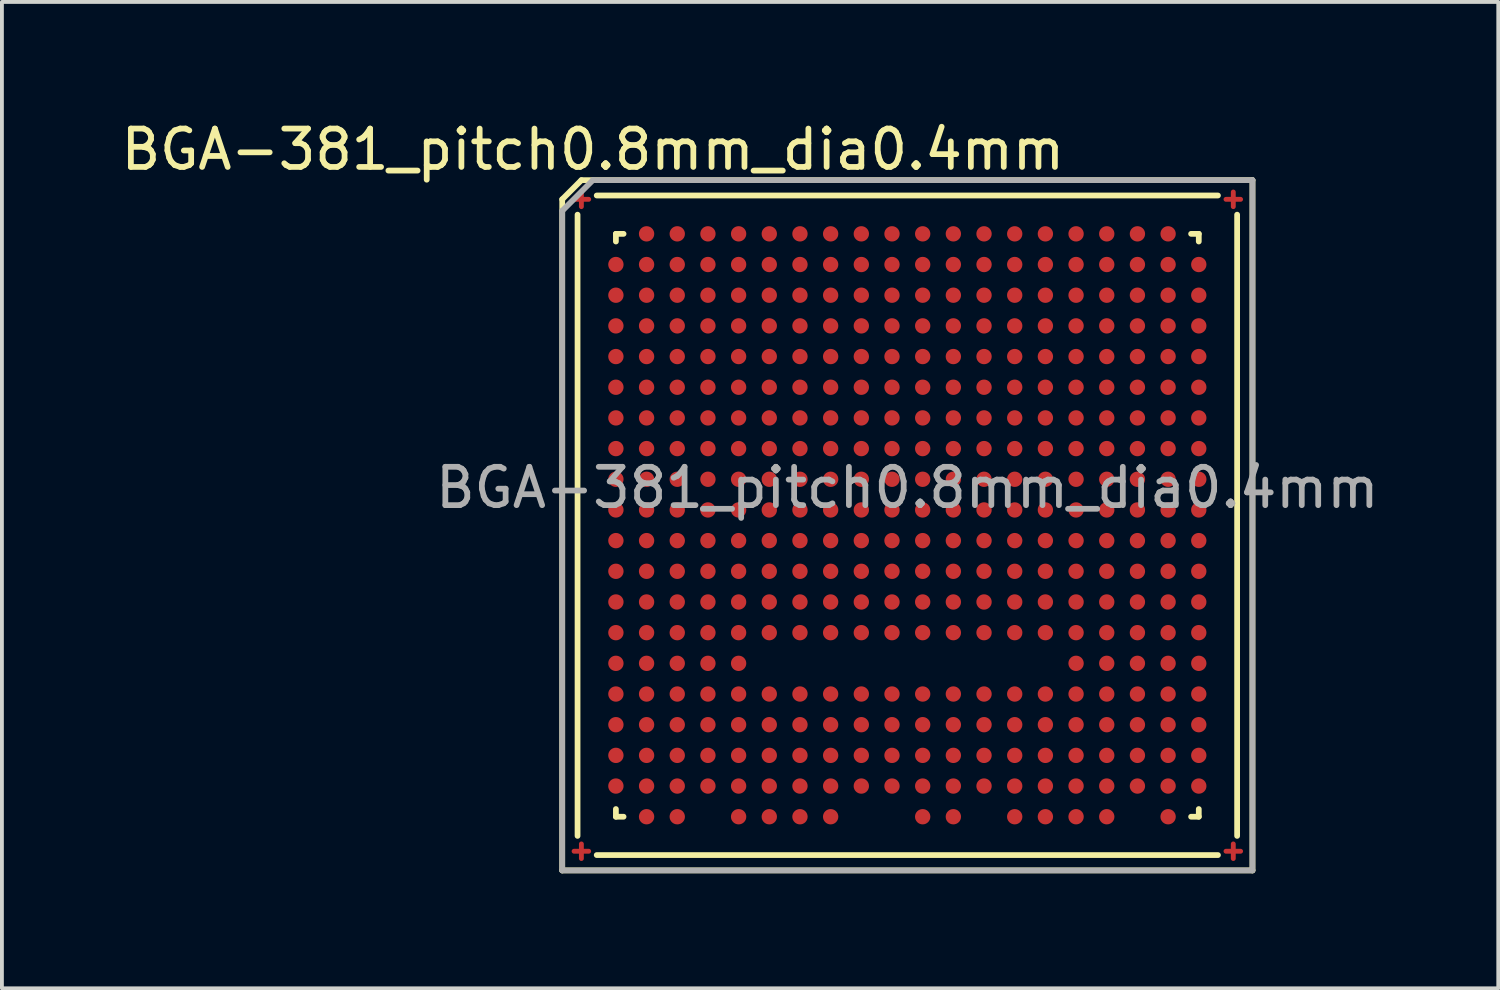
<source format=kicad_pcb>
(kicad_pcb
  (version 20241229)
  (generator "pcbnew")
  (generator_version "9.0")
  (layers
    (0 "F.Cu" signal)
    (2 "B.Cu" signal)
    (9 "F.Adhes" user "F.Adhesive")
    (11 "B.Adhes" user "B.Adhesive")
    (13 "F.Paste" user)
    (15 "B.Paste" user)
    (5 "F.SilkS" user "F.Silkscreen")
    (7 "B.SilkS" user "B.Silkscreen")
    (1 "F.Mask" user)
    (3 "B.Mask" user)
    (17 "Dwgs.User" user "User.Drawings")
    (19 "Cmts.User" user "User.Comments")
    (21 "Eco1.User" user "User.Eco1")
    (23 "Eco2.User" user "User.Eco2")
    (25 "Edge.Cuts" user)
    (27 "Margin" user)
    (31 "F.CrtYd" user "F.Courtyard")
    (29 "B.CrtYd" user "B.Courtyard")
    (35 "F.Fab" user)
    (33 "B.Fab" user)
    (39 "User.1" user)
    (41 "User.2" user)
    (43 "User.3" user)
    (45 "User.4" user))
  (footprint "BGA-381_pitch0.8mm_dia0.4mm"
    (layer "F.Cu")
    (at 20.611 10.648)
    (property "Reference" "BGA-381_pitch0.8mm_dia0.4mm" (at -8.2 -9.8 0) (layer "F.SilkS") (effects (font (size 1 1) (thickness 0.15))))
    (attr smd)
    (fp_line (start -0.2 0) (end 0.2 0) (stroke (width 0.12) (type solid)) (layer "F.Mask"))
    (fp_line (start 0 -0.2) (end 0 0.2) (stroke (width 0.12) (type solid)) (layer "F.Mask"))
    (fp_line (start -9 9) (end -9 -8.5) (stroke (width 0.15) (type solid)) (layer "F.SilkS"))
    (fp_line (start -8.6 8.1) (end -8.6 -8.1) (stroke (width 0.15) (type solid)) (layer "F.SilkS"))
    (fp_line (start -8.5 -9) (end -9 -8.5) (stroke (width 0.15) (type solid)) (layer "F.SilkS"))
    (fp_line (start -8.5 -9) (end 9 -9) (stroke (width 0.15) (type solid)) (layer "F.SilkS"))
    (fp_line (start -8.1 -8.6) (end 8.1 -8.6) (stroke (width 0.15) (type solid)) (layer "F.SilkS"))
    (fp_line (start -7.6 -7.6) (end -7.4 -7.6) (stroke (width 0.15) (type solid)) (layer "F.SilkS"))
    (fp_line (start -7.6 -7.4) (end -7.6 -7.6) (stroke (width 0.15) (type solid)) (layer "F.SilkS"))
    (fp_line (start -7.6 7.4) (end -7.6 7.6) (stroke (width 0.15) (type solid)) (layer "F.SilkS"))
    (fp_line (start -7.6 7.6) (end -7.4 7.6) (stroke (width 0.15) (type solid)) (layer "F.SilkS"))
    (fp_line (start 7.4 -7.6) (end 7.6 -7.6) (stroke (width 0.15) (type solid)) (layer "F.SilkS"))
    (fp_line (start 7.4 7.6) (end 7.6 7.6) (stroke (width 0.15) (type solid)) (layer "F.SilkS"))
    (fp_line (start 7.6 -7.6) (end 7.6 -7.4) (stroke (width 0.15) (type solid)) (layer "F.SilkS"))
    (fp_line (start 7.6 7.6) (end 7.6 7.4) (stroke (width 0.15) (type solid)) (layer "F.SilkS"))
    (fp_line (start 8.1 8.6) (end -8.1 8.6) (stroke (width 0.15) (type solid)) (layer "F.SilkS"))
    (fp_line (start 8.6 -8.1) (end 8.6 8.1) (stroke (width 0.15) (type solid)) (layer "F.SilkS"))
    (fp_line (start 9 -9) (end 9 9) (stroke (width 0.15) (type solid)) (layer "F.SilkS"))
    (fp_line (start 9 9) (end -9 9) (stroke (width 0.15) (type solid)) (layer "F.SilkS"))
    (fp_line (start -9 -8.2) (end -8.2 -9) (stroke (width 0.15) (type solid)) (layer "F.Fab"))
    (fp_line (start -9 9) (end -9 -8.2) (stroke (width 0.15) (type solid)) (layer "F.Fab"))
    (fp_line (start -8.2 -9) (end 9 -9) (stroke (width 0.15) (type solid)) (layer "F.Fab"))
    (fp_line (start 9 -9) (end 9 9) (stroke (width 0.15) (type solid)) (layer "F.Fab"))
    (fp_line (start 9 9) (end -9 9) (stroke (width 0.15) (type solid)) (layer "F.Fab"))
    (fp_text user "${REFERENCE}" (at 0 -0.98 0) (layer "F.Fab") (effects (font (size 1 1) (thickness 0.15))))
    (pad "A2" smd circle (at -6.8 -7.6) (size 0.4 0.4) (layers "F.Cu" "F.Mask" "F.Paste"))
    (pad "A3" smd circle (at -6 -7.6) (size 0.4 0.4) (layers "F.Cu" "F.Mask" "F.Paste"))
    (pad "A4" smd circle (at -5.2 -7.6) (size 0.4 0.4) (layers "F.Cu" "F.Mask" "F.Paste"))
    (pad "A5" smd circle (at -4.4 -7.6) (size 0.4 0.4) (layers "F.Cu" "F.Mask" "F.Paste"))
    (pad "A6" smd circle (at -3.6 -7.6) (size 0.4 0.4) (layers "F.Cu" "F.Mask" "F.Paste"))
    (pad "A7" smd circle (at -2.8 -7.6) (size 0.4 0.4) (layers "F.Cu" "F.Mask" "F.Paste"))
    (pad "A8" smd circle (at -2 -7.6) (size 0.4 0.4) (layers "F.Cu" "F.Mask" "F.Paste"))
    (pad "A9" smd circle (at -1.2 -7.6) (size 0.4 0.4) (layers "F.Cu" "F.Mask" "F.Paste"))
    (pad "A10" smd circle (at -0.4 -7.6) (size 0.4 0.4) (layers "F.Cu" "F.Mask" "F.Paste"))
    (pad "A11" smd circle (at 0.4 -7.6) (size 0.4 0.4) (layers "F.Cu" "F.Mask" "F.Paste"))
    (pad "A12" smd circle (at 1.2 -7.6) (size 0.4 0.4) (layers "F.Cu" "F.Mask" "F.Paste"))
    (pad "A13" smd circle (at 2 -7.6) (size 0.4 0.4) (layers "F.Cu" "F.Mask" "F.Paste"))
    (pad "A14" smd circle (at 2.8 -7.6) (size 0.4 0.4) (layers "F.Cu" "F.Mask" "F.Paste"))
    (pad "A15" smd circle (at 3.6 -7.6) (size 0.4 0.4) (layers "F.Cu" "F.Mask" "F.Paste"))
    (pad "A16" smd circle (at 4.4 -7.6) (size 0.4 0.4) (layers "F.Cu" "F.Mask" "F.Paste"))
    (pad "A17" smd circle (at 5.2 -7.6) (size 0.4 0.4) (layers "F.Cu" "F.Mask" "F.Paste"))
    (pad "A18" smd circle (at 6 -7.6) (size 0.4 0.4) (layers "F.Cu" "F.Mask" "F.Paste"))
    (pad "A19" smd circle (at 6.8 -7.6) (size 0.4 0.4) (layers "F.Cu" "F.Mask" "F.Paste"))
    (pad "B1" smd circle (at -7.6 -6.8) (size 0.4 0.4) (layers "F.Cu" "F.Mask" "F.Paste"))
    (pad "B2" smd circle (at -6.8 -6.8) (size 0.4 0.4) (layers "F.Cu" "F.Mask" "F.Paste"))
    (pad "B3" smd circle (at -6 -6.8) (size 0.4 0.4) (layers "F.Cu" "F.Mask" "F.Paste"))
    (pad "B4" smd circle (at -5.2 -6.8) (size 0.4 0.4) (layers "F.Cu" "F.Mask" "F.Paste"))
    (pad "B5" smd circle (at -4.4 -6.8) (size 0.4 0.4) (layers "F.Cu" "F.Mask" "F.Paste"))
    (pad "B6" smd circle (at -3.6 -6.8) (size 0.4 0.4) (layers "F.Cu" "F.Mask" "F.Paste"))
    (pad "B7" smd circle (at -2.8 -6.8) (size 0.4 0.4) (layers "F.Cu" "F.Mask" "F.Paste"))
    (pad "B8" smd circle (at -2 -6.8) (size 0.4 0.4) (layers "F.Cu" "F.Mask" "F.Paste"))
    (pad "B9" smd circle (at -1.2 -6.8) (size 0.4 0.4) (layers "F.Cu" "F.Mask" "F.Paste"))
    (pad "B10" smd circle (at -0.4 -6.8) (size 0.4 0.4) (layers "F.Cu" "F.Mask" "F.Paste"))
    (pad "B11" smd circle (at 0.4 -6.8) (size 0.4 0.4) (layers "F.Cu" "F.Mask" "F.Paste"))
    (pad "B12" smd circle (at 1.2 -6.8) (size 0.4 0.4) (layers "F.Cu" "F.Mask" "F.Paste"))
    (pad "B13" smd circle (at 2 -6.8) (size 0.4 0.4) (layers "F.Cu" "F.Mask" "F.Paste"))
    (pad "B14" smd circle (at 2.8 -6.8) (size 0.4 0.4) (layers "F.Cu" "F.Mask" "F.Paste"))
    (pad "B15" smd circle (at 3.6 -6.8) (size 0.4 0.4) (layers "F.Cu" "F.Mask" "F.Paste"))
    (pad "B16" smd circle (at 4.4 -6.8) (size 0.4 0.4) (layers "F.Cu" "F.Mask" "F.Paste"))
    (pad "B17" smd circle (at 5.2 -6.8) (size 0.4 0.4) (layers "F.Cu" "F.Mask" "F.Paste"))
    (pad "B18" smd circle (at 6 -6.8) (size 0.4 0.4) (layers "F.Cu" "F.Mask" "F.Paste"))
    (pad "B19" smd circle (at 6.8 -6.8) (size 0.4 0.4) (layers "F.Cu" "F.Mask" "F.Paste"))
    (pad "B20" smd circle (at 7.6 -6.8) (size 0.4 0.4) (layers "F.Cu" "F.Mask" "F.Paste"))
    (pad "C1" smd circle (at -7.6 -6) (size 0.4 0.4) (layers "F.Cu" "F.Mask" "F.Paste"))
    (pad "C2" smd circle (at -6.8 -6) (size 0.4 0.4) (layers "F.Cu" "F.Mask" "F.Paste"))
    (pad "C3" smd circle (at -6 -6) (size 0.4 0.4) (layers "F.Cu" "F.Mask" "F.Paste"))
    (pad "C4" smd circle (at -5.2 -6) (size 0.4 0.4) (layers "F.Cu" "F.Mask" "F.Paste"))
    (pad "C5" smd circle (at -4.4 -6) (size 0.4 0.4) (layers "F.Cu" "F.Mask" "F.Paste"))
    (pad "C6" smd circle (at -3.6 -6) (size 0.4 0.4) (layers "F.Cu" "F.Mask" "F.Paste"))
    (pad "C7" smd circle (at -2.8 -6) (size 0.4 0.4) (layers "F.Cu" "F.Mask" "F.Paste"))
    (pad "C8" smd circle (at -2 -6) (size 0.4 0.4) (layers "F.Cu" "F.Mask" "F.Paste"))
    (pad "C9" smd circle (at -1.2 -6) (size 0.4 0.4) (layers "F.Cu" "F.Mask" "F.Paste"))
    (pad "C10" smd circle (at -0.4 -6) (size 0.4 0.4) (layers "F.Cu" "F.Mask" "F.Paste"))
    (pad "C11" smd circle (at 0.4 -6) (size 0.4 0.4) (layers "F.Cu" "F.Mask" "F.Paste"))
    (pad "C12" smd circle (at 1.2 -6) (size 0.4 0.4) (layers "F.Cu" "F.Mask" "F.Paste"))
    (pad "C13" smd circle (at 2 -6) (size 0.4 0.4) (layers "F.Cu" "F.Mask" "F.Paste"))
    (pad "C14" smd circle (at 2.8 -6) (size 0.4 0.4) (layers "F.Cu" "F.Mask" "F.Paste"))
    (pad "C15" smd circle (at 3.6 -6) (size 0.4 0.4) (layers "F.Cu" "F.Mask" "F.Paste"))
    (pad "C16" smd circle (at 4.4 -6) (size 0.4 0.4) (layers "F.Cu" "F.Mask" "F.Paste"))
    (pad "C17" smd circle (at 5.2 -6) (size 0.4 0.4) (layers "F.Cu" "F.Mask" "F.Paste"))
    (pad "C18" smd circle (at 6 -6) (size 0.4 0.4) (layers "F.Cu" "F.Mask" "F.Paste"))
    (pad "C19" smd circle (at 6.8 -6) (size 0.4 0.4) (layers "F.Cu" "F.Mask" "F.Paste"))
    (pad "C20" smd circle (at 7.6 -6) (size 0.4 0.4) (layers "F.Cu" "F.Mask" "F.Paste"))
    (pad "D1" smd circle (at -7.6 -5.2) (size 0.4 0.4) (layers "F.Cu" "F.Mask" "F.Paste"))
    (pad "D2" smd circle (at -6.8 -5.2) (size 0.4 0.4) (layers "F.Cu" "F.Mask" "F.Paste"))
    (pad "D3" smd circle (at -6 -5.2) (size 0.4 0.4) (layers "F.Cu" "F.Mask" "F.Paste"))
    (pad "D4" smd circle (at -5.2 -5.2) (size 0.4 0.4) (layers "F.Cu" "F.Mask" "F.Paste"))
    (pad "D5" smd circle (at -4.4 -5.2) (size 0.4 0.4) (layers "F.Cu" "F.Mask" "F.Paste"))
    (pad "D6" smd circle (at -3.6 -5.2) (size 0.4 0.4) (layers "F.Cu" "F.Mask" "F.Paste"))
    (pad "D7" smd circle (at -2.8 -5.2) (size 0.4 0.4) (layers "F.Cu" "F.Mask" "F.Paste"))
    (pad "D8" smd circle (at -2 -5.2) (size 0.4 0.4) (layers "F.Cu" "F.Mask" "F.Paste"))
    (pad "D9" smd circle (at -1.2 -5.2) (size 0.4 0.4) (layers "F.Cu" "F.Mask" "F.Paste"))
    (pad "D10" smd circle (at -0.4 -5.2) (size 0.4 0.4) (layers "F.Cu" "F.Mask" "F.Paste"))
    (pad "D11" smd circle (at 0.4 -5.2) (size 0.4 0.4) (layers "F.Cu" "F.Mask" "F.Paste"))
    (pad "D12" smd circle (at 1.2 -5.2) (size 0.4 0.4) (layers "F.Cu" "F.Mask" "F.Paste"))
    (pad "D13" smd circle (at 2 -5.2) (size 0.4 0.4) (layers "F.Cu" "F.Mask" "F.Paste"))
    (pad "D14" smd circle (at 2.8 -5.2) (size 0.4 0.4) (layers "F.Cu" "F.Mask" "F.Paste"))
    (pad "D15" smd circle (at 3.6 -5.2) (size 0.4 0.4) (layers "F.Cu" "F.Mask" "F.Paste"))
    (pad "D16" smd circle (at 4.4 -5.2) (size 0.4 0.4) (layers "F.Cu" "F.Mask" "F.Paste"))
    (pad "D17" smd circle (at 5.2 -5.2) (size 0.4 0.4) (layers "F.Cu" "F.Mask" "F.Paste"))
    (pad "D18" smd circle (at 6 -5.2) (size 0.4 0.4) (layers "F.Cu" "F.Mask" "F.Paste"))
    (pad "D19" smd circle (at 6.8 -5.2) (size 0.4 0.4) (layers "F.Cu" "F.Mask" "F.Paste"))
    (pad "D20" smd circle (at 7.6 -5.2) (size 0.4 0.4) (layers "F.Cu" "F.Mask" "F.Paste"))
    (pad "E1" smd circle (at -7.6 -4.4) (size 0.4 0.4) (layers "F.Cu" "F.Mask" "F.Paste"))
    (pad "E2" smd circle (at -6.8 -4.4) (size 0.4 0.4) (layers "F.Cu" "F.Mask" "F.Paste"))
    (pad "E3" smd circle (at -6 -4.4) (size 0.4 0.4) (layers "F.Cu" "F.Mask" "F.Paste"))
    (pad "E4" smd circle (at -5.2 -4.4) (size 0.4 0.4) (layers "F.Cu" "F.Mask" "F.Paste"))
    (pad "E5" smd circle (at -4.4 -4.4) (size 0.4 0.4) (layers "F.Cu" "F.Mask" "F.Paste"))
    (pad "E6" smd circle (at -3.6 -4.4) (size 0.4 0.4) (layers "F.Cu" "F.Mask" "F.Paste"))
    (pad "E7" smd circle (at -2.8 -4.4) (size 0.4 0.4) (layers "F.Cu" "F.Mask" "F.Paste"))
    (pad "E8" smd circle (at -2 -4.4) (size 0.4 0.4) (layers "F.Cu" "F.Mask" "F.Paste"))
    (pad "E9" smd circle (at -1.2 -4.4) (size 0.4 0.4) (layers "F.Cu" "F.Mask" "F.Paste"))
    (pad "E10" smd circle (at -0.4 -4.4) (size 0.4 0.4) (layers "F.Cu" "F.Mask" "F.Paste"))
    (pad "E11" smd circle (at 0.4 -4.4) (size 0.4 0.4) (layers "F.Cu" "F.Mask" "F.Paste"))
    (pad "E12" smd circle (at 1.2 -4.4) (size 0.4 0.4) (layers "F.Cu" "F.Mask" "F.Paste"))
    (pad "E13" smd circle (at 2 -4.4) (size 0.4 0.4) (layers "F.Cu" "F.Mask" "F.Paste"))
    (pad "E14" smd circle (at 2.8 -4.4) (size 0.4 0.4) (layers "F.Cu" "F.Mask" "F.Paste"))
    (pad "E15" smd circle (at 3.6 -4.4) (size 0.4 0.4) (layers "F.Cu" "F.Mask" "F.Paste"))
    (pad "E16" smd circle (at 4.4 -4.4) (size 0.4 0.4) (layers "F.Cu" "F.Mask" "F.Paste"))
    (pad "E17" smd circle (at 5.2 -4.4) (size 0.4 0.4) (layers "F.Cu" "F.Mask" "F.Paste"))
    (pad "E18" smd circle (at 6 -4.4) (size 0.4 0.4) (layers "F.Cu" "F.Mask" "F.Paste"))
    (pad "E19" smd circle (at 6.8 -4.4) (size 0.4 0.4) (layers "F.Cu" "F.Mask" "F.Paste"))
    (pad "E20" smd circle (at 7.6 -4.4) (size 0.4 0.4) (layers "F.Cu" "F.Mask" "F.Paste"))
    (pad "F1" smd circle (at -7.6 -3.6) (size 0.4 0.4) (layers "F.Cu" "F.Mask" "F.Paste"))
    (pad "F2" smd circle (at -6.8 -3.6) (size 0.4 0.4) (layers "F.Cu" "F.Mask" "F.Paste"))
    (pad "F3" smd circle (at -6 -3.6) (size 0.4 0.4) (layers "F.Cu" "F.Mask" "F.Paste"))
    (pad "F4" smd circle (at -5.2 -3.6) (size 0.4 0.4) (layers "F.Cu" "F.Mask" "F.Paste"))
    (pad "F5" smd circle (at -4.4 -3.6) (size 0.4 0.4) (layers "F.Cu" "F.Mask" "F.Paste"))
    (pad "F6" smd circle (at -3.6 -3.6) (size 0.4 0.4) (layers "F.Cu" "F.Mask" "F.Paste"))
    (pad "F7" smd circle (at -2.8 -3.6) (size 0.4 0.4) (layers "F.Cu" "F.Mask" "F.Paste"))
    (pad "F8" smd circle (at -2 -3.6) (size 0.4 0.4) (layers "F.Cu" "F.Mask" "F.Paste"))
    (pad "F9" smd circle (at -1.2 -3.6) (size 0.4 0.4) (layers "F.Cu" "F.Mask" "F.Paste"))
    (pad "F10" smd circle (at -0.4 -3.6) (size 0.4 0.4) (layers "F.Cu" "F.Mask" "F.Paste"))
    (pad "F11" smd circle (at 0.4 -3.6) (size 0.4 0.4) (layers "F.Cu" "F.Mask" "F.Paste"))
    (pad "F12" smd circle (at 1.2 -3.6) (size 0.4 0.4) (layers "F.Cu" "F.Mask" "F.Paste"))
    (pad "F13" smd circle (at 2 -3.6) (size 0.4 0.4) (layers "F.Cu" "F.Mask" "F.Paste"))
    (pad "F14" smd circle (at 2.8 -3.6) (size 0.4 0.4) (layers "F.Cu" "F.Mask" "F.Paste"))
    (pad "F15" smd circle (at 3.6 -3.6) (size 0.4 0.4) (layers "F.Cu" "F.Mask" "F.Paste"))
    (pad "F16" smd circle (at 4.4 -3.6) (size 0.4 0.4) (layers "F.Cu" "F.Mask" "F.Paste"))
    (pad "F17" smd circle (at 5.2 -3.6) (size 0.4 0.4) (layers "F.Cu" "F.Mask" "F.Paste"))
    (pad "F18" smd circle (at 6 -3.6) (size 0.4 0.4) (layers "F.Cu" "F.Mask" "F.Paste"))
    (pad "F19" smd circle (at 6.8 -3.6) (size 0.4 0.4) (layers "F.Cu" "F.Mask" "F.Paste"))
    (pad "F20" smd circle (at 7.6 -3.6) (size 0.4 0.4) (layers "F.Cu" "F.Mask" "F.Paste"))
    (pad "G1" smd circle (at -7.6 -2.8) (size 0.4 0.4) (layers "F.Cu" "F.Mask" "F.Paste"))
    (pad "G2" smd circle (at -6.8 -2.8) (size 0.4 0.4) (layers "F.Cu" "F.Mask" "F.Paste"))
    (pad "G3" smd circle (at -6 -2.8) (size 0.4 0.4) (layers "F.Cu" "F.Mask" "F.Paste"))
    (pad "G4" smd circle (at -5.2 -2.8) (size 0.4 0.4) (layers "F.Cu" "F.Mask" "F.Paste"))
    (pad "G5" smd circle (at -4.4 -2.8) (size 0.4 0.4) (layers "F.Cu" "F.Mask" "F.Paste"))
    (pad "G6" smd circle (at -3.6 -2.8) (size 0.4 0.4) (layers "F.Cu" "F.Mask" "F.Paste"))
    (pad "G7" smd circle (at -2.8 -2.8) (size 0.4 0.4) (layers "F.Cu" "F.Mask" "F.Paste"))
    (pad "G8" smd circle (at -2 -2.8) (size 0.4 0.4) (layers "F.Cu" "F.Mask" "F.Paste"))
    (pad "G9" smd circle (at -1.2 -2.8) (size 0.4 0.4) (layers "F.Cu" "F.Mask" "F.Paste"))
    (pad "G10" smd circle (at -0.4 -2.8) (size 0.4 0.4) (layers "F.Cu" "F.Mask" "F.Paste"))
    (pad "G11" smd circle (at 0.4 -2.8) (size 0.4 0.4) (layers "F.Cu" "F.Mask" "F.Paste"))
    (pad "G12" smd circle (at 1.2 -2.8) (size 0.4 0.4) (layers "F.Cu" "F.Mask" "F.Paste"))
    (pad "G13" smd circle (at 2 -2.8) (size 0.4 0.4) (layers "F.Cu" "F.Mask" "F.Paste"))
    (pad "G14" smd circle (at 2.8 -2.8) (size 0.4 0.4) (layers "F.Cu" "F.Mask" "F.Paste"))
    (pad "G15" smd circle (at 3.6 -2.8) (size 0.4 0.4) (layers "F.Cu" "F.Mask" "F.Paste"))
    (pad "G16" smd circle (at 4.4 -2.8) (size 0.4 0.4) (layers "F.Cu" "F.Mask" "F.Paste"))
    (pad "G17" smd circle (at 5.2 -2.8) (size 0.4 0.4) (layers "F.Cu" "F.Mask" "F.Paste"))
    (pad "G18" smd circle (at 6 -2.8) (size 0.4 0.4) (layers "F.Cu" "F.Mask" "F.Paste"))
    (pad "G19" smd circle (at 6.8 -2.8) (size 0.4 0.4) (layers "F.Cu" "F.Mask" "F.Paste"))
    (pad "G20" smd circle (at 7.6 -2.8) (size 0.4 0.4) (layers "F.Cu" "F.Mask" "F.Paste"))
    (pad "H1" smd circle (at -7.6 -2) (size 0.4 0.4) (layers "F.Cu" "F.Mask" "F.Paste"))
    (pad "H2" smd circle (at -6.8 -2) (size 0.4 0.4) (layers "F.Cu" "F.Mask" "F.Paste"))
    (pad "H3" smd circle (at -6 -2) (size 0.4 0.4) (layers "F.Cu" "F.Mask" "F.Paste"))
    (pad "H4" smd circle (at -5.2 -2) (size 0.4 0.4) (layers "F.Cu" "F.Mask" "F.Paste"))
    (pad "H5" smd circle (at -4.4 -2) (size 0.4 0.4) (layers "F.Cu" "F.Mask" "F.Paste"))
    (pad "H6" smd circle (at -3.6 -2) (size 0.4 0.4) (layers "F.Cu" "F.Mask" "F.Paste"))
    (pad "H7" smd circle (at -2.8 -2) (size 0.4 0.4) (layers "F.Cu" "F.Mask" "F.Paste"))
    (pad "H8" smd circle (at -2 -2) (size 0.4 0.4) (layers "F.Cu" "F.Mask" "F.Paste"))
    (pad "H9" smd circle (at -1.2 -2) (size 0.4 0.4) (layers "F.Cu" "F.Mask" "F.Paste"))
    (pad "H10" smd circle (at -0.4 -2) (size 0.4 0.4) (layers "F.Cu" "F.Mask" "F.Paste"))
    (pad "H11" smd circle (at 0.4 -2) (size 0.4 0.4) (layers "F.Cu" "F.Mask" "F.Paste"))
    (pad "H12" smd circle (at 1.2 -2) (size 0.4 0.4) (layers "F.Cu" "F.Mask" "F.Paste"))
    (pad "H13" smd circle (at 2 -2) (size 0.4 0.4) (layers "F.Cu" "F.Mask" "F.Paste"))
    (pad "H14" smd circle (at 2.8 -2) (size 0.4 0.4) (layers "F.Cu" "F.Mask" "F.Paste"))
    (pad "H15" smd circle (at 3.6 -2) (size 0.4 0.4) (layers "F.Cu" "F.Mask" "F.Paste"))
    (pad "H16" smd circle (at 4.4 -2) (size 0.4 0.4) (layers "F.Cu" "F.Mask" "F.Paste"))
    (pad "H17" smd circle (at 5.2 -2) (size 0.4 0.4) (layers "F.Cu" "F.Mask" "F.Paste"))
    (pad "H18" smd circle (at 6 -2) (size 0.4 0.4) (layers "F.Cu" "F.Mask" "F.Paste"))
    (pad "H19" smd circle (at 6.8 -2) (size 0.4 0.4) (layers "F.Cu" "F.Mask" "F.Paste"))
    (pad "H20" smd circle (at 7.6 -2) (size 0.4 0.4) (layers "F.Cu" "F.Mask" "F.Paste"))
    (pad "J1" smd circle (at -7.6 -1.2) (size 0.4 0.4) (layers "F.Cu" "F.Mask" "F.Paste"))
    (pad "J2" smd circle (at -6.8 -1.2) (size 0.4 0.4) (layers "F.Cu" "F.Mask" "F.Paste"))
    (pad "J3" smd circle (at -6 -1.2) (size 0.4 0.4) (layers "F.Cu" "F.Mask" "F.Paste"))
    (pad "J4" smd circle (at -5.2 -1.2) (size 0.4 0.4) (layers "F.Cu" "F.Mask" "F.Paste"))
    (pad "J5" smd circle (at -4.4 -1.2) (size 0.4 0.4) (layers "F.Cu" "F.Mask" "F.Paste"))
    (pad "J6" smd circle (at -3.6 -1.2) (size 0.4 0.4) (layers "F.Cu" "F.Mask" "F.Paste"))
    (pad "J7" smd circle (at -2.8 -1.2) (size 0.4 0.4) (layers "F.Cu" "F.Mask" "F.Paste"))
    (pad "J8" smd circle (at -2 -1.2) (size 0.4 0.4) (layers "F.Cu" "F.Mask" "F.Paste"))
    (pad "J9" smd circle (at -1.2 -1.2) (size 0.4 0.4) (layers "F.Cu" "F.Mask" "F.Paste"))
    (pad "J10" smd circle (at -0.4 -1.2) (size 0.4 0.4) (layers "F.Cu" "F.Mask" "F.Paste"))
    (pad "J11" smd circle (at 0.4 -1.2) (size 0.4 0.4) (layers "F.Cu" "F.Mask" "F.Paste"))
    (pad "J12" smd circle (at 1.2 -1.2) (size 0.4 0.4) (layers "F.Cu" "F.Mask" "F.Paste"))
    (pad "J13" smd circle (at 2 -1.2) (size 0.4 0.4) (layers "F.Cu" "F.Mask" "F.Paste"))
    (pad "J14" smd circle (at 2.8 -1.2) (size 0.4 0.4) (layers "F.Cu" "F.Mask" "F.Paste"))
    (pad "J15" smd circle (at 3.6 -1.2) (size 0.4 0.4) (layers "F.Cu" "F.Mask" "F.Paste"))
    (pad "J16" smd circle (at 4.4 -1.2) (size 0.4 0.4) (layers "F.Cu" "F.Mask" "F.Paste"))
    (pad "J17" smd circle (at 5.2 -1.2) (size 0.4 0.4) (layers "F.Cu" "F.Mask" "F.Paste"))
    (pad "J18" smd circle (at 6 -1.2) (size 0.4 0.4) (layers "F.Cu" "F.Mask" "F.Paste"))
    (pad "J19" smd circle (at 6.8 -1.2) (size 0.4 0.4) (layers "F.Cu" "F.Mask" "F.Paste"))
    (pad "J20" smd circle (at 7.6 -1.2) (size 0.4 0.4) (layers "F.Cu" "F.Mask" "F.Paste"))
    (pad "K1" smd circle (at -7.6 -0.4) (size 0.4 0.4) (layers "F.Cu" "F.Mask" "F.Paste"))
    (pad "K2" smd circle (at -6.8 -0.4) (size 0.4 0.4) (layers "F.Cu" "F.Mask" "F.Paste"))
    (pad "K3" smd circle (at -6 -0.4) (size 0.4 0.4) (layers "F.Cu" "F.Mask" "F.Paste"))
    (pad "K4" smd circle (at -5.2 -0.4) (size 0.4 0.4) (layers "F.Cu" "F.Mask" "F.Paste"))
    (pad "K5" smd circle (at -4.4 -0.4) (size 0.4 0.4) (layers "F.Cu" "F.Mask" "F.Paste"))
    (pad "K6" smd circle (at -3.6 -0.4) (size 0.4 0.4) (layers "F.Cu" "F.Mask" "F.Paste"))
    (pad "K7" smd circle (at -2.8 -0.4) (size 0.4 0.4) (layers "F.Cu" "F.Mask" "F.Paste"))
    (pad "K8" smd circle (at -2 -0.4) (size 0.4 0.4) (layers "F.Cu" "F.Mask" "F.Paste"))
    (pad "K9" smd circle (at -1.2 -0.4) (size 0.4 0.4) (layers "F.Cu" "F.Mask" "F.Paste"))
    (pad "K10" smd circle (at -0.4 -0.4) (size 0.4 0.4) (layers "F.Cu" "F.Mask" "F.Paste"))
    (pad "K11" smd circle (at 0.4 -0.4) (size 0.4 0.4) (layers "F.Cu" "F.Mask" "F.Paste"))
    (pad "K12" smd circle (at 1.2 -0.4) (size 0.4 0.4) (layers "F.Cu" "F.Mask" "F.Paste"))
    (pad "K13" smd circle (at 2 -0.4) (size 0.4 0.4) (layers "F.Cu" "F.Mask" "F.Paste"))
    (pad "K14" smd circle (at 2.8 -0.4) (size 0.4 0.4) (layers "F.Cu" "F.Mask" "F.Paste"))
    (pad "K15" smd circle (at 3.6 -0.4) (size 0.4 0.4) (layers "F.Cu" "F.Mask" "F.Paste"))
    (pad "K16" smd circle (at 4.4 -0.4) (size 0.4 0.4) (layers "F.Cu" "F.Mask" "F.Paste"))
    (pad "K17" smd circle (at 5.2 -0.4) (size 0.4 0.4) (layers "F.Cu" "F.Mask" "F.Paste"))
    (pad "K18" smd circle (at 6 -0.4) (size 0.4 0.4) (layers "F.Cu" "F.Mask" "F.Paste"))
    (pad "K19" smd circle (at 6.8 -0.4) (size 0.4 0.4) (layers "F.Cu" "F.Mask" "F.Paste"))
    (pad "K20" smd circle (at 7.6 -0.4) (size 0.4 0.4) (layers "F.Cu" "F.Mask" "F.Paste"))
    (pad "L1" smd circle (at -7.6 0.4) (size 0.4 0.4) (layers "F.Cu" "F.Mask" "F.Paste"))
    (pad "L2" smd circle (at -6.8 0.4) (size 0.4 0.4) (layers "F.Cu" "F.Mask" "F.Paste"))
    (pad "L3" smd circle (at -6 0.4) (size 0.4 0.4) (layers "F.Cu" "F.Mask" "F.Paste"))
    (pad "L4" smd circle (at -5.2 0.4) (size 0.4 0.4) (layers "F.Cu" "F.Mask" "F.Paste"))
    (pad "L5" smd circle (at -4.4 0.4) (size 0.4 0.4) (layers "F.Cu" "F.Mask" "F.Paste"))
    (pad "L6" smd circle (at -3.6 0.4) (size 0.4 0.4) (layers "F.Cu" "F.Mask" "F.Paste"))
    (pad "L7" smd circle (at -2.8 0.4) (size 0.4 0.4) (layers "F.Cu" "F.Mask" "F.Paste"))
    (pad "L8" smd circle (at -2 0.4) (size 0.4 0.4) (layers "F.Cu" "F.Mask" "F.Paste"))
    (pad "L9" smd circle (at -1.2 0.4) (size 0.4 0.4) (layers "F.Cu" "F.Mask" "F.Paste"))
    (pad "L10" smd circle (at -0.4 0.4) (size 0.4 0.4) (layers "F.Cu" "F.Mask" "F.Paste"))
    (pad "L11" smd circle (at 0.4 0.4) (size 0.4 0.4) (layers "F.Cu" "F.Mask" "F.Paste"))
    (pad "L12" smd circle (at 1.2 0.4) (size 0.4 0.4) (layers "F.Cu" "F.Mask" "F.Paste"))
    (pad "L13" smd circle (at 2 0.4) (size 0.4 0.4) (layers "F.Cu" "F.Mask" "F.Paste"))
    (pad "L14" smd circle (at 2.8 0.4) (size 0.4 0.4) (layers "F.Cu" "F.Mask" "F.Paste"))
    (pad "L15" smd circle (at 3.6 0.4) (size 0.4 0.4) (layers "F.Cu" "F.Mask" "F.Paste"))
    (pad "L16" smd circle (at 4.4 0.4) (size 0.4 0.4) (layers "F.Cu" "F.Mask" "F.Paste"))
    (pad "L17" smd circle (at 5.2 0.4) (size 0.4 0.4) (layers "F.Cu" "F.Mask" "F.Paste"))
    (pad "L18" smd circle (at 6 0.4) (size 0.4 0.4) (layers "F.Cu" "F.Mask" "F.Paste"))
    (pad "L19" smd circle (at 6.8 0.4) (size 0.4 0.4) (layers "F.Cu" "F.Mask" "F.Paste"))
    (pad "L20" smd circle (at 7.6 0.4) (size 0.4 0.4) (layers "F.Cu" "F.Mask" "F.Paste"))
    (pad "M1" smd circle (at -7.6 1.2) (size 0.4 0.4) (layers "F.Cu" "F.Mask" "F.Paste"))
    (pad "M2" smd circle (at -6.8 1.2) (size 0.4 0.4) (layers "F.Cu" "F.Mask" "F.Paste"))
    (pad "M3" smd circle (at -6 1.2) (size 0.4 0.4) (layers "F.Cu" "F.Mask" "F.Paste"))
    (pad "M4" smd circle (at -5.2 1.2) (size 0.4 0.4) (layers "F.Cu" "F.Mask" "F.Paste"))
    (pad "M5" smd circle (at -4.4 1.2) (size 0.4 0.4) (layers "F.Cu" "F.Mask" "F.Paste"))
    (pad "M6" smd circle (at -3.6 1.2) (size 0.4 0.4) (layers "F.Cu" "F.Mask" "F.Paste"))
    (pad "M7" smd circle (at -2.8 1.2) (size 0.4 0.4) (layers "F.Cu" "F.Mask" "F.Paste"))
    (pad "M8" smd circle (at -2 1.2) (size 0.4 0.4) (layers "F.Cu" "F.Mask" "F.Paste"))
    (pad "M9" smd circle (at -1.2 1.2) (size 0.4 0.4) (layers "F.Cu" "F.Mask" "F.Paste"))
    (pad "M10" smd circle (at -0.4 1.2) (size 0.4 0.4) (layers "F.Cu" "F.Mask" "F.Paste"))
    (pad "M11" smd circle (at 0.4 1.2) (size 0.4 0.4) (layers "F.Cu" "F.Mask" "F.Paste"))
    (pad "M12" smd circle (at 1.2 1.2) (size 0.4 0.4) (layers "F.Cu" "F.Mask" "F.Paste"))
    (pad "M13" smd circle (at 2 1.2) (size 0.4 0.4) (layers "F.Cu" "F.Mask" "F.Paste"))
    (pad "M14" smd circle (at 2.8 1.2) (size 0.4 0.4) (layers "F.Cu" "F.Mask" "F.Paste"))
    (pad "M15" smd circle (at 3.6 1.2) (size 0.4 0.4) (layers "F.Cu" "F.Mask" "F.Paste"))
    (pad "M16" smd circle (at 4.4 1.2) (size 0.4 0.4) (layers "F.Cu" "F.Mask" "F.Paste"))
    (pad "M17" smd circle (at 5.2 1.2) (size 0.4 0.4) (layers "F.Cu" "F.Mask" "F.Paste"))
    (pad "M18" smd circle (at 6 1.2) (size 0.4 0.4) (layers "F.Cu" "F.Mask" "F.Paste"))
    (pad "M19" smd circle (at 6.8 1.2) (size 0.4 0.4) (layers "F.Cu" "F.Mask" "F.Paste"))
    (pad "M20" smd circle (at 7.6 1.2) (size 0.4 0.4) (layers "F.Cu" "F.Mask" "F.Paste"))
    (pad "N1" smd circle (at -7.6 2) (size 0.4 0.4) (layers "F.Cu" "F.Mask" "F.Paste"))
    (pad "N2" smd circle (at -6.8 2) (size 0.4 0.4) (layers "F.Cu" "F.Mask" "F.Paste"))
    (pad "N3" smd circle (at -6 2) (size 0.4 0.4) (layers "F.Cu" "F.Mask" "F.Paste"))
    (pad "N4" smd circle (at -5.2 2) (size 0.4 0.4) (layers "F.Cu" "F.Mask" "F.Paste"))
    (pad "N5" smd circle (at -4.4 2) (size 0.4 0.4) (layers "F.Cu" "F.Mask" "F.Paste"))
    (pad "N6" smd circle (at -3.6 2) (size 0.4 0.4) (layers "F.Cu" "F.Mask" "F.Paste"))
    (pad "N7" smd circle (at -2.8 2) (size 0.4 0.4) (layers "F.Cu" "F.Mask" "F.Paste"))
    (pad "N8" smd circle (at -2 2) (size 0.4 0.4) (layers "F.Cu" "F.Mask" "F.Paste"))
    (pad "N9" smd circle (at -1.2 2) (size 0.4 0.4) (layers "F.Cu" "F.Mask" "F.Paste"))
    (pad "N10" smd circle (at -0.4 2) (size 0.4 0.4) (layers "F.Cu" "F.Mask" "F.Paste"))
    (pad "N11" smd circle (at 0.4 2) (size 0.4 0.4) (layers "F.Cu" "F.Mask" "F.Paste"))
    (pad "N12" smd circle (at 1.2 2) (size 0.4 0.4) (layers "F.Cu" "F.Mask" "F.Paste"))
    (pad "N13" smd circle (at 2 2) (size 0.4 0.4) (layers "F.Cu" "F.Mask" "F.Paste"))
    (pad "N14" smd circle (at 2.8 2) (size 0.4 0.4) (layers "F.Cu" "F.Mask" "F.Paste"))
    (pad "N15" smd circle (at 3.6 2) (size 0.4 0.4) (layers "F.Cu" "F.Mask" "F.Paste"))
    (pad "N16" smd circle (at 4.4 2) (size 0.4 0.4) (layers "F.Cu" "F.Mask" "F.Paste"))
    (pad "N17" smd circle (at 5.2 2) (size 0.4 0.4) (layers "F.Cu" "F.Mask" "F.Paste"))
    (pad "N18" smd circle (at 6 2) (size 0.4 0.4) (layers "F.Cu" "F.Mask" "F.Paste"))
    (pad "N19" smd circle (at 6.8 2) (size 0.4 0.4) (layers "F.Cu" "F.Mask" "F.Paste"))
    (pad "N20" smd circle (at 7.6 2) (size 0.4 0.4) (layers "F.Cu" "F.Mask" "F.Paste"))
    (pad "P1" smd circle (at -7.6 2.8) (size 0.4 0.4) (layers "F.Cu" "F.Mask" "F.Paste"))
    (pad "P2" smd circle (at -6.8 2.8) (size 0.4 0.4) (layers "F.Cu" "F.Mask" "F.Paste"))
    (pad "P3" smd circle (at -6 2.8) (size 0.4 0.4) (layers "F.Cu" "F.Mask" "F.Paste"))
    (pad "P4" smd circle (at -5.2 2.8) (size 0.4 0.4) (layers "F.Cu" "F.Mask" "F.Paste"))
    (pad "P5" smd circle (at -4.4 2.8) (size 0.4 0.4) (layers "F.Cu" "F.Mask" "F.Paste"))
    (pad "P6" smd circle (at -3.6 2.8) (size 0.4 0.4) (layers "F.Cu" "F.Mask" "F.Paste"))
    (pad "P7" smd circle (at -2.8 2.8) (size 0.4 0.4) (layers "F.Cu" "F.Mask" "F.Paste"))
    (pad "P8" smd circle (at -2 2.8) (size 0.4 0.4) (layers "F.Cu" "F.Mask" "F.Paste"))
    (pad "P9" smd circle (at -1.2 2.8) (size 0.4 0.4) (layers "F.Cu" "F.Mask" "F.Paste"))
    (pad "P10" smd circle (at -0.4 2.8) (size 0.4 0.4) (layers "F.Cu" "F.Mask" "F.Paste"))
    (pad "P11" smd circle (at 0.4 2.8) (size 0.4 0.4) (layers "F.Cu" "F.Mask" "F.Paste"))
    (pad "P12" smd circle (at 1.2 2.8) (size 0.4 0.4) (layers "F.Cu" "F.Mask" "F.Paste"))
    (pad "P13" smd circle (at 2 2.8) (size 0.4 0.4) (layers "F.Cu" "F.Mask" "F.Paste"))
    (pad "P14" smd circle (at 2.8 2.8) (size 0.4 0.4) (layers "F.Cu" "F.Mask" "F.Paste"))
    (pad "P15" smd circle (at 3.6 2.8) (size 0.4 0.4) (layers "F.Cu" "F.Mask" "F.Paste"))
    (pad "P16" smd circle (at 4.4 2.8) (size 0.4 0.4) (layers "F.Cu" "F.Mask" "F.Paste"))
    (pad "P17" smd circle (at 5.2 2.8) (size 0.4 0.4) (layers "F.Cu" "F.Mask" "F.Paste"))
    (pad "P18" smd circle (at 6 2.8) (size 0.4 0.4) (layers "F.Cu" "F.Mask" "F.Paste"))
    (pad "P19" smd circle (at 6.8 2.8) (size 0.4 0.4) (layers "F.Cu" "F.Mask" "F.Paste"))
    (pad "P20" smd circle (at 7.6 2.8) (size 0.4 0.4) (layers "F.Cu" "F.Mask" "F.Paste"))
    (pad "R1" smd circle (at -7.6 3.6) (size 0.4 0.4) (layers "F.Cu" "F.Mask" "F.Paste"))
    (pad "R2" smd circle (at -6.8 3.6) (size 0.4 0.4) (layers "F.Cu" "F.Mask" "F.Paste"))
    (pad "R3" smd circle (at -6 3.6) (size 0.4 0.4) (layers "F.Cu" "F.Mask" "F.Paste"))
    (pad "R4" smd circle (at -5.2 3.6) (size 0.4 0.4) (layers "F.Cu" "F.Mask" "F.Paste"))
    (pad "R5" smd circle (at -4.4 3.6) (size 0.4 0.4) (layers "F.Cu" "F.Mask" "F.Paste"))
    (pad "R16" smd circle (at 4.4 3.6) (size 0.4 0.4) (layers "F.Cu" "F.Mask" "F.Paste"))
    (pad "R17" smd circle (at 5.2 3.6) (size 0.4 0.4) (layers "F.Cu" "F.Mask" "F.Paste"))
    (pad "R18" smd circle (at 6 3.6) (size 0.4 0.4) (layers "F.Cu" "F.Mask" "F.Paste"))
    (pad "R19" smd circle (at 6.8 3.6) (size 0.4 0.4) (layers "F.Cu" "F.Mask" "F.Paste"))
    (pad "R20" smd circle (at 7.6 3.6) (size 0.4 0.4) (layers "F.Cu" "F.Mask" "F.Paste"))
    (pad "T1" smd circle (at -7.6 4.4) (size 0.4 0.4) (layers "F.Cu" "F.Mask" "F.Paste"))
    (pad "T2" smd circle (at -6.8 4.4) (size 0.4 0.4) (layers "F.Cu" "F.Mask" "F.Paste"))
    (pad "T3" smd circle (at -6 4.4) (size 0.4 0.4) (layers "F.Cu" "F.Mask" "F.Paste"))
    (pad "T4" smd circle (at -5.2 4.4) (size 0.4 0.4) (layers "F.Cu" "F.Mask" "F.Paste"))
    (pad "T5" smd circle (at -4.4 4.4) (size 0.4 0.4) (layers "F.Cu" "F.Mask" "F.Paste"))
    (pad "T6" smd circle (at -3.6 4.4) (size 0.4 0.4) (layers "F.Cu" "F.Mask" "F.Paste"))
    (pad "T7" smd circle (at -2.8 4.4) (size 0.4 0.4) (layers "F.Cu" "F.Mask" "F.Paste"))
    (pad "T8" smd circle (at -2 4.4) (size 0.4 0.4) (layers "F.Cu" "F.Mask" "F.Paste"))
    (pad "T9" smd circle (at -1.2 4.4) (size 0.4 0.4) (layers "F.Cu" "F.Mask" "F.Paste"))
    (pad "T10" smd circle (at -0.4 4.4) (size 0.4 0.4) (layers "F.Cu" "F.Mask" "F.Paste"))
    (pad "T11" smd circle (at 0.4 4.4) (size 0.4 0.4) (layers "F.Cu" "F.Mask" "F.Paste"))
    (pad "T12" smd circle (at 1.2 4.4) (size 0.4 0.4) (layers "F.Cu" "F.Mask" "F.Paste"))
    (pad "T13" smd circle (at 2 4.4) (size 0.4 0.4) (layers "F.Cu" "F.Mask" "F.Paste"))
    (pad "T14" smd circle (at 2.8 4.4) (size 0.4 0.4) (layers "F.Cu" "F.Mask" "F.Paste"))
    (pad "T15" smd circle (at 3.6 4.4) (size 0.4 0.4) (layers "F.Cu" "F.Mask" "F.Paste"))
    (pad "T16" smd circle (at 4.4 4.4) (size 0.4 0.4) (layers "F.Cu" "F.Mask" "F.Paste"))
    (pad "T17" smd circle (at 5.2 4.4) (size 0.4 0.4) (layers "F.Cu" "F.Mask" "F.Paste"))
    (pad "T18" smd circle (at 6 4.4) (size 0.4 0.4) (layers "F.Cu" "F.Mask" "F.Paste"))
    (pad "T19" smd circle (at 6.8 4.4) (size 0.4 0.4) (layers "F.Cu" "F.Mask" "F.Paste"))
    (pad "T20" smd circle (at 7.6 4.4) (size 0.4 0.4) (layers "F.Cu" "F.Mask" "F.Paste"))
    (pad "U1" smd circle (at -7.6 5.2) (size 0.4 0.4) (layers "F.Cu" "F.Mask" "F.Paste"))
    (pad "U2" smd circle (at -6.8 5.2) (size 0.4 0.4) (layers "F.Cu" "F.Mask" "F.Paste"))
    (pad "U3" smd circle (at -6 5.2) (size 0.4 0.4) (layers "F.Cu" "F.Mask" "F.Paste"))
    (pad "U4" smd circle (at -5.2 5.2) (size 0.4 0.4) (layers "F.Cu" "F.Mask" "F.Paste"))
    (pad "U5" smd circle (at -4.4 5.2) (size 0.4 0.4) (layers "F.Cu" "F.Mask" "F.Paste"))
    (pad "U6" smd circle (at -3.6 5.2) (size 0.4 0.4) (layers "F.Cu" "F.Mask" "F.Paste"))
    (pad "U7" smd circle (at -2.8 5.2) (size 0.4 0.4) (layers "F.Cu" "F.Mask" "F.Paste"))
    (pad "U8" smd circle (at -2 5.2) (size 0.4 0.4) (layers "F.Cu" "F.Mask" "F.Paste"))
    (pad "U9" smd circle (at -1.2 5.2) (size 0.4 0.4) (layers "F.Cu" "F.Mask" "F.Paste"))
    (pad "U10" smd circle (at -0.4 5.2) (size 0.4 0.4) (layers "F.Cu" "F.Mask" "F.Paste"))
    (pad "U11" smd circle (at 0.4 5.2) (size 0.4 0.4) (layers "F.Cu" "F.Mask" "F.Paste"))
    (pad "U12" smd circle (at 1.2 5.2) (size 0.4 0.4) (layers "F.Cu" "F.Mask" "F.Paste"))
    (pad "U13" smd circle (at 2 5.2) (size 0.4 0.4) (layers "F.Cu" "F.Mask" "F.Paste"))
    (pad "U14" smd circle (at 2.8 5.2) (size 0.4 0.4) (layers "F.Cu" "F.Mask" "F.Paste"))
    (pad "U15" smd circle (at 3.6 5.2) (size 0.4 0.4) (layers "F.Cu" "F.Mask" "F.Paste"))
    (pad "U16" smd circle (at 4.4 5.2) (size 0.4 0.4) (layers "F.Cu" "F.Mask" "F.Paste"))
    (pad "U17" smd circle (at 5.2 5.2) (size 0.4 0.4) (layers "F.Cu" "F.Mask" "F.Paste"))
    (pad "U18" smd circle (at 6 5.2) (size 0.4 0.4) (layers "F.Cu" "F.Mask" "F.Paste"))
    (pad "U19" smd circle (at 6.8 5.2) (size 0.4 0.4) (layers "F.Cu" "F.Mask" "F.Paste"))
    (pad "U20" smd circle (at 7.6 5.2) (size 0.4 0.4) (layers "F.Cu" "F.Mask" "F.Paste"))
    (pad "V1" smd circle (at -7.6 6) (size 0.4 0.4) (layers "F.Cu" "F.Mask" "F.Paste"))
    (pad "V2" smd circle (at -6.8 6) (size 0.4 0.4) (layers "F.Cu" "F.Mask" "F.Paste"))
    (pad "V3" smd circle (at -6 6) (size 0.4 0.4) (layers "F.Cu" "F.Mask" "F.Paste"))
    (pad "V4" smd circle (at -5.2 6) (size 0.4 0.4) (layers "F.Cu" "F.Mask" "F.Paste"))
    (pad "V5" smd circle (at -4.4 6) (size 0.4 0.4) (layers "F.Cu" "F.Mask" "F.Paste"))
    (pad "V6" smd circle (at -3.6 6) (size 0.4 0.4) (layers "F.Cu" "F.Mask" "F.Paste"))
    (pad "V7" smd circle (at -2.8 6) (size 0.4 0.4) (layers "F.Cu" "F.Mask" "F.Paste"))
    (pad "V8" smd circle (at -2 6) (size 0.4 0.4) (layers "F.Cu" "F.Mask" "F.Paste"))
    (pad "V9" smd circle (at -1.2 6) (size 0.4 0.4) (layers "F.Cu" "F.Mask" "F.Paste"))
    (pad "V10" smd circle (at -0.4 6) (size 0.4 0.4) (layers "F.Cu" "F.Mask" "F.Paste"))
    (pad "V11" smd circle (at 0.4 6) (size 0.4 0.4) (layers "F.Cu" "F.Mask" "F.Paste"))
    (pad "V12" smd circle (at 1.2 6) (size 0.4 0.4) (layers "F.Cu" "F.Mask" "F.Paste"))
    (pad "V13" smd circle (at 2 6) (size 0.4 0.4) (layers "F.Cu" "F.Mask" "F.Paste"))
    (pad "V14" smd circle (at 2.8 6) (size 0.4 0.4) (layers "F.Cu" "F.Mask" "F.Paste"))
    (pad "V15" smd circle (at 3.6 6) (size 0.4 0.4) (layers "F.Cu" "F.Mask" "F.Paste"))
    (pad "V16" smd circle (at 4.4 6) (size 0.4 0.4) (layers "F.Cu" "F.Mask" "F.Paste"))
    (pad "V17" smd circle (at 5.2 6) (size 0.4 0.4) (layers "F.Cu" "F.Mask" "F.Paste"))
    (pad "V18" smd circle (at 6 6) (size 0.4 0.4) (layers "F.Cu" "F.Mask" "F.Paste"))
    (pad "V19" smd circle (at 6.8 6) (size 0.4 0.4) (layers "F.Cu" "F.Mask" "F.Paste"))
    (pad "V20" smd circle (at 7.6 6) (size 0.4 0.4) (layers "F.Cu" "F.Mask" "F.Paste"))
    (pad "W1" smd circle (at -7.6 6.8) (size 0.4 0.4) (layers "F.Cu" "F.Mask" "F.Paste"))
    (pad "W2" smd circle (at -6.8 6.8) (size 0.4 0.4) (layers "F.Cu" "F.Mask" "F.Paste"))
    (pad "W3" smd circle (at -6 6.8) (size 0.4 0.4) (layers "F.Cu" "F.Mask" "F.Paste"))
    (pad "W4" smd circle (at -5.2 6.8) (size 0.4 0.4) (layers "F.Cu" "F.Mask" "F.Paste"))
    (pad "W5" smd circle (at -4.4 6.8) (size 0.4 0.4) (layers "F.Cu" "F.Mask" "F.Paste"))
    (pad "W6" smd circle (at -3.6 6.8) (size 0.4 0.4) (layers "F.Cu" "F.Mask" "F.Paste"))
    (pad "W7" smd circle (at -2.8 6.8) (size 0.4 0.4) (layers "F.Cu" "F.Mask" "F.Paste"))
    (pad "W8" smd circle (at -2 6.8) (size 0.4 0.4) (layers "F.Cu" "F.Mask" "F.Paste"))
    (pad "W9" smd circle (at -1.2 6.8) (size 0.4 0.4) (layers "F.Cu" "F.Mask" "F.Paste"))
    (pad "W10" smd circle (at -0.4 6.8) (size 0.4 0.4) (layers "F.Cu" "F.Mask" "F.Paste"))
    (pad "W11" smd circle (at 0.4 6.8) (size 0.4 0.4) (layers "F.Cu" "F.Mask" "F.Paste"))
    (pad "W12" smd circle (at 1.2 6.8) (size 0.4 0.4) (layers "F.Cu" "F.Mask" "F.Paste"))
    (pad "W13" smd circle (at 2 6.8) (size 0.4 0.4) (layers "F.Cu" "F.Mask" "F.Paste"))
    (pad "W14" smd circle (at 2.8 6.8) (size 0.4 0.4) (layers "F.Cu" "F.Mask" "F.Paste"))
    (pad "W15" smd circle (at 3.6 6.8) (size 0.4 0.4) (layers "F.Cu" "F.Mask" "F.Paste"))
    (pad "W16" smd circle (at 4.4 6.8) (size 0.4 0.4) (layers "F.Cu" "F.Mask" "F.Paste"))
    (pad "W17" smd circle (at 5.2 6.8) (size 0.4 0.4) (layers "F.Cu" "F.Mask" "F.Paste"))
    (pad "W18" smd circle (at 6 6.8) (size 0.4 0.4) (layers "F.Cu" "F.Mask" "F.Paste"))
    (pad "W19" smd circle (at 6.8 6.8) (size 0.4 0.4) (layers "F.Cu" "F.Mask" "F.Paste"))
    (pad "W20" smd circle (at 7.6 6.8) (size 0.4 0.4) (layers "F.Cu" "F.Mask" "F.Paste"))
    (pad "X" smd oval (at -8.5 -8.5) (size 0.127 0.508) (layers "F.Cu" "F.Mask"))
    (pad "X" smd oval (at -8.5 -8.5) (size 0.508 0.127) (layers "F.Cu" "F.Mask"))
    (pad "X" smd oval (at -8.5 8.5) (size 0.127 0.508) (layers "F.Cu" "F.Mask"))
    (pad "X" smd oval (at -8.5 8.5) (size 0.508 0.127) (layers "F.Cu" "F.Mask"))
    (pad "X" smd oval (at 8.5 -8.5) (size 0.127 0.508) (layers "F.Cu" "F.Mask"))
    (pad "X" smd oval (at 8.5 -8.5) (size 0.508 0.127) (layers "F.Cu" "F.Mask"))
    (pad "X" smd oval (at 8.5 8.5) (size 0.127 0.508) (layers "F.Cu" "F.Mask"))
    (pad "X" smd oval (at 8.5 8.5) (size 0.508 0.127) (layers "F.Cu" "F.Mask"))
    (pad "Y2" smd circle (at -6.8 7.6) (size 0.4 0.4) (layers "F.Cu" "F.Mask" "F.Paste"))
    (pad "Y3" smd circle (at -6 7.6) (size 0.4 0.4) (layers "F.Cu" "F.Mask" "F.Paste"))
    (pad "Y5" smd circle (at -4.4 7.6) (size 0.4 0.4) (layers "F.Cu" "F.Mask" "F.Paste"))
    (pad "Y6" smd circle (at -3.6 7.6) (size 0.4 0.4) (layers "F.Cu" "F.Mask" "F.Paste"))
    (pad "Y7" smd circle (at -2.8 7.6) (size 0.4 0.4) (layers "F.Cu" "F.Mask" "F.Paste"))
    (pad "Y8" smd circle (at -2 7.6) (size 0.4 0.4) (layers "F.Cu" "F.Mask" "F.Paste"))
    (pad "Y11" smd circle (at 0.4 7.6) (size 0.4 0.4) (layers "F.Cu" "F.Mask" "F.Paste"))
    (pad "Y12" smd circle (at 1.2 7.6) (size 0.4 0.4) (layers "F.Cu" "F.Mask" "F.Paste"))
    (pad "Y14" smd circle (at 2.8 7.6) (size 0.4 0.4) (layers "F.Cu" "F.Mask" "F.Paste"))
    (pad "Y15" smd circle (at 3.6 7.6) (size 0.4 0.4) (layers "F.Cu" "F.Mask" "F.Paste"))
    (pad "Y16" smd circle (at 4.4 7.6) (size 0.4 0.4) (layers "F.Cu" "F.Mask" "F.Paste"))
    (pad "Y17" smd circle (at 5.2 7.6) (size 0.4 0.4) (layers "F.Cu" "F.Mask" "F.Paste"))
    (pad "Y19" smd circle (at 6.8 7.6) (size 0.4 0.4) (layers "F.Cu" "F.Mask" "F.Paste")))
  (gr_rect
    (start -3 -3)
    (end 36.021 22.723)
    (stroke (width 0.1) (type default))
    (fill no)
    (layer "Edge.Cuts")))
</source>
